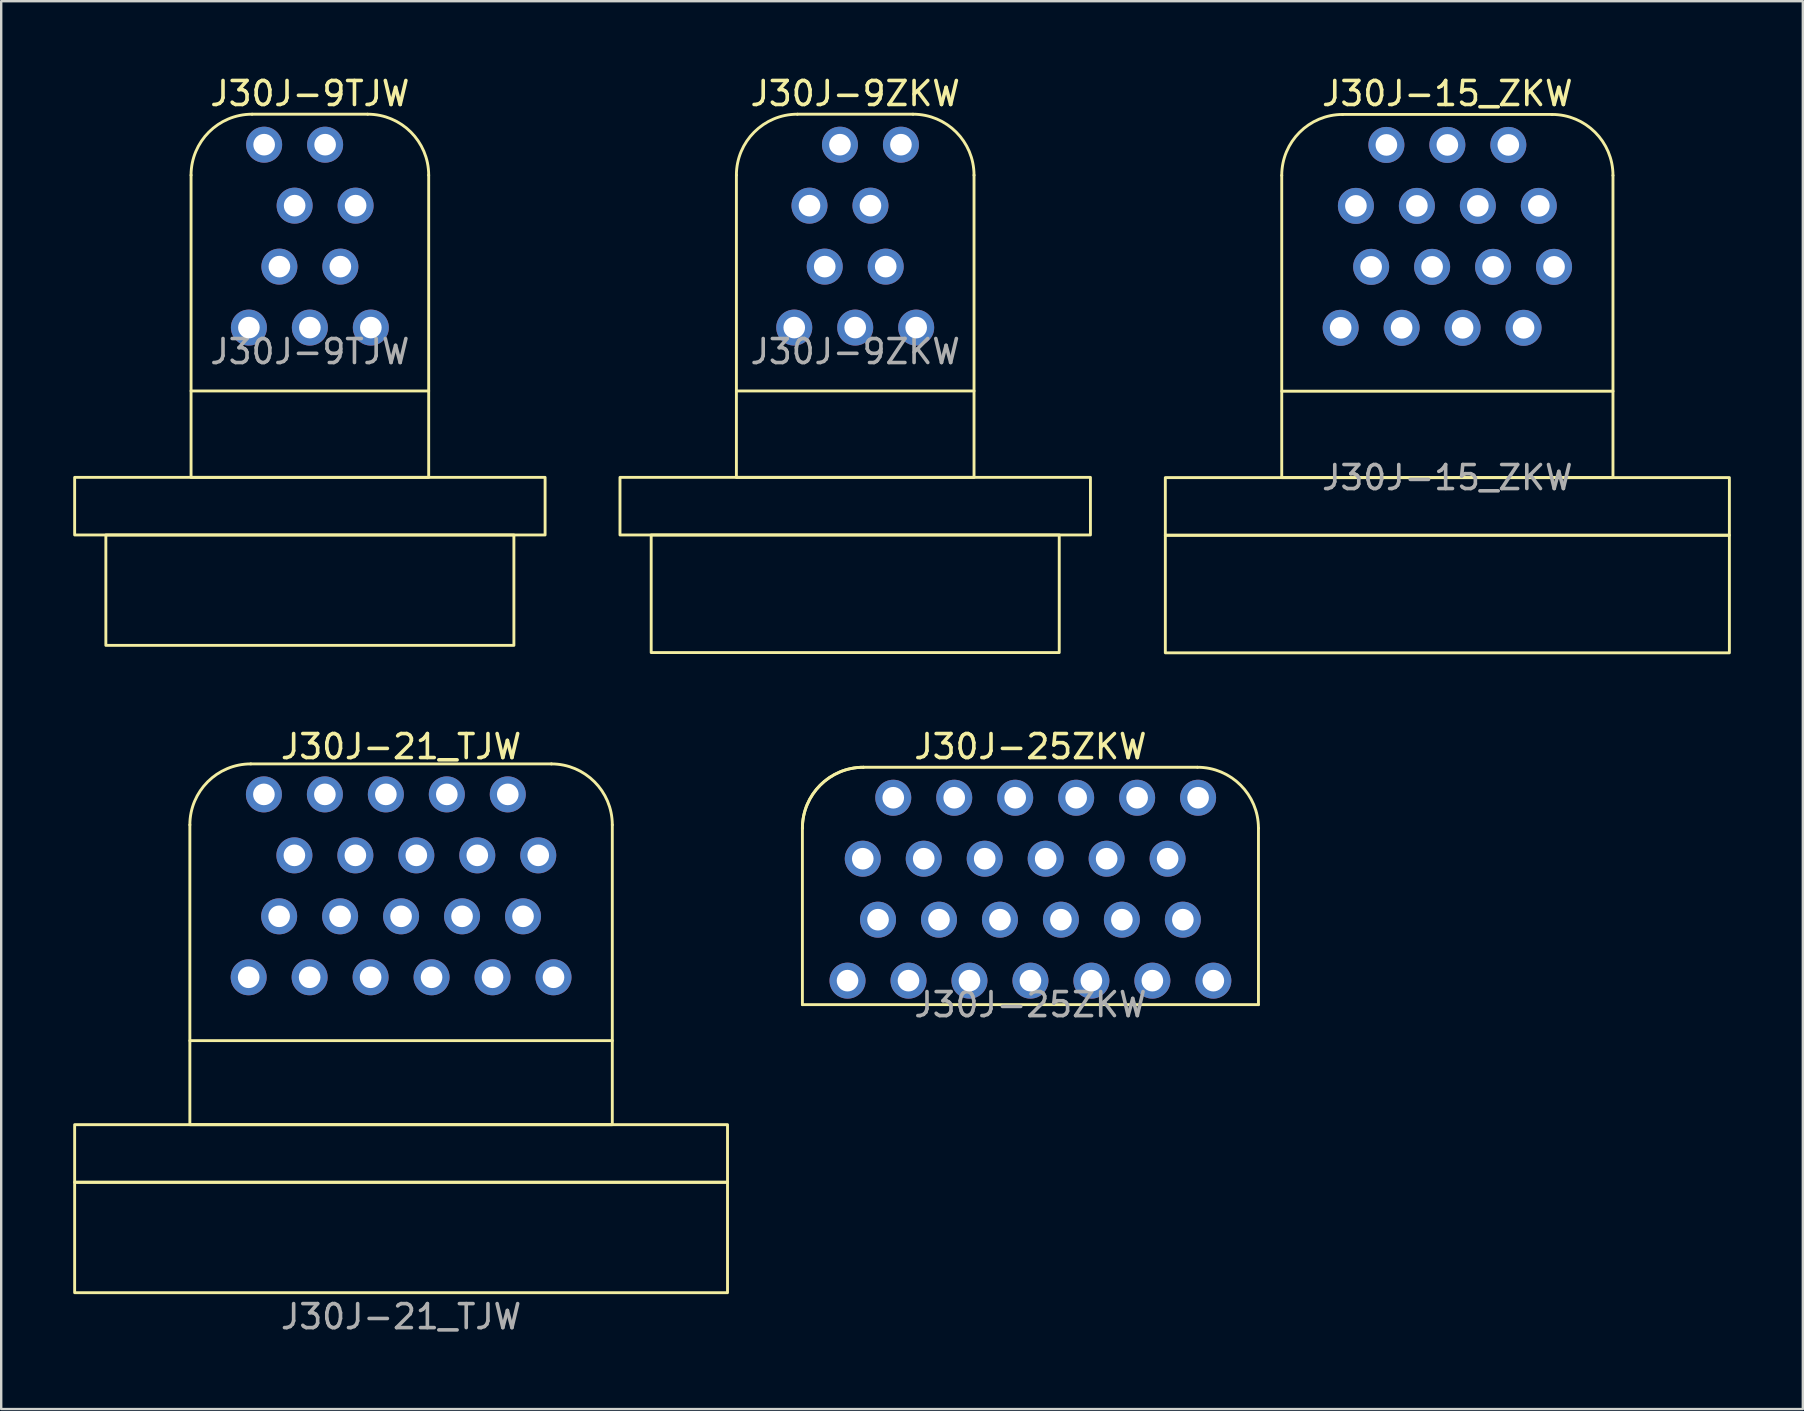
<source format=kicad_pcb>
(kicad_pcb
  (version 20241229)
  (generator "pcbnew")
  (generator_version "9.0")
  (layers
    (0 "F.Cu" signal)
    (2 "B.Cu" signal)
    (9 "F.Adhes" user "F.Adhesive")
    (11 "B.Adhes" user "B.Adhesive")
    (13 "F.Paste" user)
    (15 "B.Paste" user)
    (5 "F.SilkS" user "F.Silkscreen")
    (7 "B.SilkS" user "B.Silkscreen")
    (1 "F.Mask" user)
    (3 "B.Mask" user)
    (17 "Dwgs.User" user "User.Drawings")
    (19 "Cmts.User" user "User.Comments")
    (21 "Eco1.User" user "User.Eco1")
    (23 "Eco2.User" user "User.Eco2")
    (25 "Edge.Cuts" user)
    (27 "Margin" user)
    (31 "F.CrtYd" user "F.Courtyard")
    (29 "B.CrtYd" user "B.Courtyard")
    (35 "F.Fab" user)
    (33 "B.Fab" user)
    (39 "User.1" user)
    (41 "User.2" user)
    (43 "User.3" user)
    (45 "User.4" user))
  (footprint "J30J-15_ZKW"
    (layer "F.Cu")
    (at 57.25 16.848)
    (property "Reference" "J30J-15_ZKW" (at 0 -16 0) (unlocked yes) (layer "F.SilkS") (effects (font (size 1 1) (thickness 0.15))))
    (attr through_hole)
    (fp_line (start -6.9 -3.6) (end -6.9 -12.59) (stroke (width 0.12) (type solid)) (layer "F.SilkS"))
    (fp_line (start -4.36 -15.13) (end 4.36 -15.13) (stroke (width 0.12) (type solid)) (layer "F.SilkS"))
    (fp_line (start 6.9 -12.59) (end 6.9 -3.6) (stroke (width 0.12) (type solid)) (layer "F.SilkS"))
    (fp_rect (start -11.75 0) (end 11.75 2.4) (stroke (width 0.12) (type solid)) (fill no) (layer "F.SilkS"))
    (fp_rect (start -11.75 2.4) (end 11.75 7.3) (stroke (width 0.12) (type solid)) (fill no) (layer "F.SilkS"))
    (fp_rect (start -6.9 -3.6) (end 6.9 0) (stroke (width 0.12) (type solid)) (fill no) (layer "F.SilkS"))
    (fp_arc (start -6.9 -12.59) (mid -6.156051 -14.386051) (end -4.36 -15.13) (stroke (width 0.12) (type solid)) (layer "F.SilkS"))
    (fp_arc (start 4.36 -15.13) (mid 6.156051 -14.386051) (end 6.9 -12.59) (stroke (width 0.12) (type solid)) (layer "F.SilkS"))
    (fp_text user "${REFERENCE}" (at 0 0 0) (unlocked yes) (layer "F.Fab") (effects (font (size 1 1) (thickness 0.15))))
    (pad "1" thru_hole circle (at -4.445 -6.24) (size 1.5 1.5) (drill 0.9) (layers "*.Cu" "*.Mask") (remove_unused_layers yes) (keep_end_layers yes) (zone_layer_connections))
    (pad "2" thru_hole circle (at -3.175 -8.78) (size 1.5 1.5) (drill 0.9) (layers "*.Cu" "*.Mask") (remove_unused_layers yes) (keep_end_layers yes) (zone_layer_connections))
    (pad "3" thru_hole circle (at -1.905 -6.24) (size 1.5 1.5) (drill 0.9) (layers "*.Cu" "*.Mask") (remove_unused_layers yes) (keep_end_layers yes) (zone_layer_connections))
    (pad "4" thru_hole circle (at -0.635 -8.78) (size 1.5 1.5) (drill 0.9) (layers "*.Cu" "*.Mask") (remove_unused_layers yes) (keep_end_layers yes) (zone_layer_connections))
    (pad "5" thru_hole circle (at 0.635 -6.24) (size 1.5 1.5) (drill 0.9) (layers "*.Cu" "*.Mask") (remove_unused_layers yes) (keep_end_layers yes) (zone_layer_connections))
    (pad "6" thru_hole circle (at 1.905 -8.78) (size 1.5 1.5) (drill 0.9) (layers "*.Cu" "*.Mask") (remove_unused_layers yes) (keep_end_layers yes) (zone_layer_connections))
    (pad "7" thru_hole circle (at 3.175 -6.24) (size 1.5 1.5) (drill 0.9) (layers "*.Cu" "*.Mask") (remove_unused_layers yes) (keep_end_layers yes) (zone_layer_connections))
    (pad "8" thru_hole circle (at 4.445 -8.78) (size 1.5 1.5) (drill 0.9) (layers "*.Cu" "*.Mask") (remove_unused_layers yes) (keep_end_layers yes) (zone_layer_connections))
    (pad "9" thru_hole circle (at -3.81 -11.32) (size 1.5 1.5) (drill 0.9) (layers "*.Cu" "*.Mask") (remove_unused_layers yes) (keep_end_layers yes) (zone_layer_connections))
    (pad "10" thru_hole circle (at -2.54 -13.86) (size 1.5 1.5) (drill 0.9) (layers "*.Cu" "*.Mask") (remove_unused_layers yes) (keep_end_layers yes) (zone_layer_connections))
    (pad "11" thru_hole circle (at -1.27 -11.32) (size 1.5 1.5) (drill 0.9) (layers "*.Cu" "*.Mask") (remove_unused_layers yes) (keep_end_layers yes) (zone_layer_connections))
    (pad "12" thru_hole circle (at 0 -13.86) (size 1.5 1.5) (drill 0.9) (layers "*.Cu" "*.Mask") (remove_unused_layers yes) (keep_end_layers yes) (zone_layer_connections))
    (pad "13" thru_hole circle (at 1.27 -11.32) (size 1.5 1.5) (drill 0.9) (layers "*.Cu" "*.Mask") (remove_unused_layers yes) (keep_end_layers yes) (zone_layer_connections))
    (pad "14" thru_hole circle (at 2.54 -13.86) (size 1.5 1.5) (drill 0.9) (layers "*.Cu" "*.Mask") (remove_unused_layers yes) (keep_end_layers yes) (zone_layer_connections))
    (pad "15" thru_hole circle (at 3.81 -11.32) (size 1.5 1.5) (drill 0.9) (layers "*.Cu" "*.Mask") (remove_unused_layers yes) (keep_end_layers yes) (zone_layer_connections)))
  (footprint "J30J-9ZKW"
    (layer "F.Cu")
    (at 32.58 11.598)
    (property "Reference" "J30J-9ZKW" (at 0 -10.75 0) (unlocked yes) (layer "F.SilkS") (effects (font (size 1 1) (thickness 0.15))))
    (attr through_hole)
    (fp_line (start -4.95 1.64) (end -4.95 -7.35) (stroke (width 0.12) (type solid)) (layer "F.SilkS"))
    (fp_line (start -2.41 -9.89) (end 2.41 -9.89) (stroke (width 0.12) (type solid)) (layer "F.SilkS"))
    (fp_line (start 4.95 -7.35) (end 4.95 1.64) (stroke (width 0.12) (type solid)) (layer "F.SilkS"))
    (fp_rect (start -9.8 5.24) (end 9.8 7.64) (stroke (width 0.12) (type solid)) (fill no) (layer "F.SilkS"))
    (fp_rect (start -8.5 7.64) (end 8.5 12.54) (stroke (width 0.12) (type solid)) (fill no) (layer "F.SilkS"))
    (fp_rect (start -4.95 1.64) (end 4.95 5.24) (stroke (width 0.12) (type solid)) (fill no) (layer "F.SilkS"))
    (fp_arc (start -4.95 -7.35) (mid -4.206051 -9.146051) (end -2.41 -9.89) (stroke (width 0.12) (type solid)) (layer "F.SilkS"))
    (fp_arc (start 2.41 -9.89) (mid 4.206051 -9.146051) (end 4.95 -7.35) (stroke (width 0.12) (type solid)) (layer "F.SilkS"))
    (fp_text user "${REFERENCE}" (at 0 0 0) (unlocked yes) (layer "F.Fab") (effects (font (size 1 1) (thickness 0.15))))
    (pad "1" thru_hole circle (at -2.54 -1) (size 1.5 1.5) (drill 0.9) (layers "*.Cu" "*.Mask") (remove_unused_layers yes) (keep_end_layers yes) (zone_layer_connections))
    (pad "2" thru_hole circle (at -1.27 -3.54) (size 1.5 1.5) (drill 0.9) (layers "*.Cu" "*.Mask") (remove_unused_layers yes) (keep_end_layers yes) (zone_layer_connections))
    (pad "3" thru_hole circle (at 0 -1) (size 1.5 1.5) (drill 0.9) (layers "*.Cu" "*.Mask") (remove_unused_layers yes) (keep_end_layers yes) (zone_layer_connections))
    (pad "4" thru_hole circle (at 1.27 -3.54) (size 1.5 1.5) (drill 0.9) (layers "*.Cu" "*.Mask") (remove_unused_layers yes) (keep_end_layers yes) (zone_layer_connections))
    (pad "5" thru_hole circle (at 2.54 -1) (size 1.5 1.5) (drill 0.9) (layers "*.Cu" "*.Mask") (remove_unused_layers yes) (keep_end_layers yes) (zone_layer_connections))
    (pad "6" thru_hole circle (at -1.905 -6.08) (size 1.5 1.5) (drill 0.9) (layers "*.Cu" "*.Mask") (remove_unused_layers yes) (keep_end_layers yes) (zone_layer_connections))
    (pad "7" thru_hole circle (at -0.635 -8.62) (size 1.5 1.5) (drill 0.9) (layers "*.Cu" "*.Mask") (remove_unused_layers yes) (keep_end_layers yes) (zone_layer_connections))
    (pad "8" thru_hole circle (at 0.635 -6.08) (size 1.5 1.5) (drill 0.9) (layers "*.Cu" "*.Mask") (remove_unused_layers yes) (keep_end_layers yes) (zone_layer_connections))
    (pad "9" thru_hole circle (at 1.905 -8.62) (size 1.5 1.5) (drill 0.9) (layers "*.Cu" "*.Mask") (remove_unused_layers yes) (keep_end_layers yes) (zone_layer_connections)))
  (footprint "J30J-25ZKW"
    (layer "F.Cu")
    (at 39.88 38.806)
    (property "Reference" "J30J-25ZKW" (at 0 -10.75 0) (unlocked yes) (layer "F.SilkS") (effects (font (size 1 1) (thickness 0.15))))
    (attr through_hole)
    (fp_line (start -9.5 0) (end -9.5 -7.35) (stroke (width 0.12) (type solid)) (layer "F.SilkS"))
    (fp_line (start -6.96 -9.89) (end 6.96 -9.89) (stroke (width 0.12) (type solid)) (layer "F.SilkS"))
    (fp_line (start 9.5 -7.35) (end 9.5 0) (stroke (width 0.12) (type solid)) (layer "F.SilkS"))
    (fp_line (start 9.5 0) (end -9.5 0) (stroke (width 0.12) (type default)) (layer "F.SilkS"))
    (fp_arc (start -9.5 -7.35) (mid -8.756051 -9.146051) (end -6.96 -9.89) (stroke (width 0.12) (type solid)) (layer "F.SilkS"))
    (fp_arc (start -9.5 -7.35) (mid -8.756051 -9.146051) (end -6.96 -9.89) (stroke (width 0.12) (type solid)) (layer "F.SilkS"))
    (fp_arc (start 6.96 -9.89) (mid 8.756051 -9.146051) (end 9.5 -7.35) (stroke (width 0.12) (type solid)) (layer "F.SilkS"))
    (fp_text user "${REFERENCE}" (at 0 0 0) (unlocked yes) (layer "F.Fab") (effects (font (size 1 1) (thickness 0.15))))
    (pad "1" thru_hole circle (at -7.62 -1) (size 1.5 1.5) (drill 0.9) (layers "*.Cu" "*.Mask") (remove_unused_layers yes) (keep_end_layers yes) (zone_layer_connections))
    (pad "2" thru_hole circle (at -6.35 -3.54) (size 1.5 1.5) (drill 0.9) (layers "*.Cu" "*.Mask") (remove_unused_layers yes) (keep_end_layers yes) (zone_layer_connections))
    (pad "3" thru_hole circle (at -5.08 -1) (size 1.5 1.5) (drill 0.9) (layers "*.Cu" "*.Mask") (remove_unused_layers yes) (keep_end_layers yes) (zone_layer_connections))
    (pad "4" thru_hole circle (at -3.81 -3.54) (size 1.5 1.5) (drill 0.9) (layers "*.Cu" "*.Mask") (remove_unused_layers yes) (keep_end_layers yes) (zone_layer_connections))
    (pad "5" thru_hole circle (at -2.54 -1) (size 1.5 1.5) (drill 0.9) (layers "*.Cu" "*.Mask") (remove_unused_layers yes) (keep_end_layers yes) (zone_layer_connections))
    (pad "6" thru_hole circle (at -1.27 -3.54) (size 1.5 1.5) (drill 0.9) (layers "*.Cu" "*.Mask") (remove_unused_layers yes) (keep_end_layers yes) (zone_layer_connections))
    (pad "7" thru_hole circle (at 0 -1) (size 1.5 1.5) (drill 0.9) (layers "*.Cu" "*.Mask") (remove_unused_layers yes) (keep_end_layers yes) (zone_layer_connections))
    (pad "8" thru_hole circle (at 1.27 -3.54) (size 1.5 1.5) (drill 0.9) (layers "*.Cu" "*.Mask") (remove_unused_layers yes) (keep_end_layers yes) (zone_layer_connections))
    (pad "9" thru_hole circle (at 2.54 -1) (size 1.5 1.5) (drill 0.9) (layers "*.Cu" "*.Mask") (remove_unused_layers yes) (keep_end_layers yes) (zone_layer_connections))
    (pad "10" thru_hole circle (at 3.81 -3.54) (size 1.5 1.5) (drill 0.9) (layers "*.Cu" "*.Mask") (remove_unused_layers yes) (keep_end_layers yes) (zone_layer_connections))
    (pad "11" thru_hole circle (at 5.08 -1) (size 1.5 1.5) (drill 0.9) (layers "*.Cu" "*.Mask") (remove_unused_layers yes) (keep_end_layers yes) (zone_layer_connections))
    (pad "12" thru_hole circle (at 6.35 -3.54) (size 1.5 1.5) (drill 0.9) (layers "*.Cu" "*.Mask") (remove_unused_layers yes) (keep_end_layers yes) (zone_layer_connections))
    (pad "13" thru_hole circle (at 7.62 -1) (size 1.5 1.5) (drill 0.9) (layers "*.Cu" "*.Mask") (remove_unused_layers yes) (keep_end_layers yes) (zone_layer_connections))
    (pad "14" thru_hole circle (at -6.985 -6.08) (size 1.5 1.5) (drill 0.9) (layers "*.Cu" "*.Mask") (remove_unused_layers yes) (keep_end_layers yes) (zone_layer_connections))
    (pad "15" thru_hole circle (at -5.715 -8.62) (size 1.5 1.5) (drill 0.9) (layers "*.Cu" "*.Mask") (remove_unused_layers yes) (keep_end_layers yes) (zone_layer_connections))
    (pad "16" thru_hole circle (at -4.445 -6.08) (size 1.5 1.5) (drill 0.9) (layers "*.Cu" "*.Mask") (remove_unused_layers yes) (keep_end_layers yes) (zone_layer_connections))
    (pad "17" thru_hole circle (at -3.175 -8.62) (size 1.5 1.5) (drill 0.9) (layers "*.Cu" "*.Mask") (remove_unused_layers yes) (keep_end_layers yes) (zone_layer_connections))
    (pad "18" thru_hole circle (at -1.905 -6.08) (size 1.5 1.5) (drill 0.9) (layers "*.Cu" "*.Mask") (remove_unused_layers yes) (keep_end_layers yes) (zone_layer_connections))
    (pad "19" thru_hole circle (at -0.635 -8.62) (size 1.5 1.5) (drill 0.9) (layers "*.Cu" "*.Mask") (remove_unused_layers yes) (keep_end_layers yes) (zone_layer_connections))
    (pad "20" thru_hole circle (at 0.635 -6.08) (size 1.5 1.5) (drill 0.9) (layers "*.Cu" "*.Mask") (remove_unused_layers yes) (keep_end_layers yes) (zone_layer_connections))
    (pad "21" thru_hole circle (at 1.905 -8.62) (size 1.5 1.5) (drill 0.9) (layers "*.Cu" "*.Mask") (remove_unused_layers yes) (keep_end_layers yes) (zone_layer_connections))
    (pad "22" thru_hole circle (at 3.175 -6.08) (size 1.5 1.5) (drill 0.9) (layers "*.Cu" "*.Mask") (remove_unused_layers yes) (keep_end_layers yes) (zone_layer_connections))
    (pad "23" thru_hole circle (at 4.445 -8.62) (size 1.5 1.5) (drill 0.9) (layers "*.Cu" "*.Mask") (remove_unused_layers yes) (keep_end_layers yes) (zone_layer_connections))
    (pad "24" thru_hole circle (at 5.715 -6.08) (size 1.5 1.5) (drill 0.9) (layers "*.Cu" "*.Mask") (remove_unused_layers yes) (keep_end_layers yes) (zone_layer_connections))
    (pad "25" thru_hole circle (at 6.985 -8.62) (size 1.5 1.5) (drill 0.9) (layers "*.Cu" "*.Mask") (remove_unused_layers yes) (keep_end_layers yes) (zone_layer_connections)))
  (footprint "J30J-9TJW"
    (layer "F.Cu")
    (at 9.86 11.598)
    (property "Reference" "J30J-9TJW" (at 0 -10.75 0) (unlocked yes) (layer "F.SilkS") (effects (font (size 1 1) (thickness 0.15))))
    (attr through_hole)
    (fp_line (start -4.95 1.64) (end -4.95 -7.35) (stroke (width 0.12) (type solid)) (layer "F.SilkS"))
    (fp_line (start -2.41 -9.89) (end 2.41 -9.89) (stroke (width 0.12) (type solid)) (layer "F.SilkS"))
    (fp_line (start 4.95 -7.35) (end 4.95 1.64) (stroke (width 0.12) (type solid)) (layer "F.SilkS"))
    (fp_rect (start -9.8 5.24) (end 9.8 7.64) (stroke (width 0.12) (type solid)) (fill no) (layer "F.SilkS"))
    (fp_rect (start -8.5 7.64) (end 8.5 12.24) (stroke (width 0.12) (type solid)) (fill no) (layer "F.SilkS"))
    (fp_rect (start -4.95 1.64) (end 4.95 5.24) (stroke (width 0.12) (type solid)) (fill no) (layer "F.SilkS"))
    (fp_arc (start -4.95 -7.35) (mid -4.206051 -9.146051) (end -2.41 -9.89) (stroke (width 0.12) (type solid)) (layer "F.SilkS"))
    (fp_arc (start 2.41 -9.89) (mid 4.206051 -9.146051) (end 4.95 -7.35) (stroke (width 0.12) (type solid)) (layer "F.SilkS"))
    (fp_text user "${REFERENCE}" (at 0 0 0) (unlocked yes) (layer "F.Fab") (effects (font (size 1 1) (thickness 0.15))))
    (pad "1" thru_hole circle (at 2.54 -1) (size 1.5 1.5) (drill 0.9) (layers "*.Cu" "*.Mask") (remove_unused_layers yes) (keep_end_layers yes) (zone_layer_connections))
    (pad "2" thru_hole circle (at 1.27 -3.54) (size 1.5 1.5) (drill 0.9) (layers "*.Cu" "*.Mask") (remove_unused_layers yes) (keep_end_layers yes) (zone_layer_connections))
    (pad "3" thru_hole circle (at 0 -1) (size 1.5 1.5) (drill 0.9) (layers "*.Cu" "*.Mask") (remove_unused_layers yes) (keep_end_layers yes) (zone_layer_connections))
    (pad "4" thru_hole circle (at -1.27 -3.54) (size 1.5 1.5) (drill 0.9) (layers "*.Cu" "*.Mask") (remove_unused_layers yes) (keep_end_layers yes) (zone_layer_connections))
    (pad "5" thru_hole circle (at -2.54 -1) (size 1.5 1.5) (drill 0.9) (layers "*.Cu" "*.Mask") (remove_unused_layers yes) (keep_end_layers yes) (zone_layer_connections))
    (pad "6" thru_hole circle (at 1.905 -6.08) (size 1.5 1.5) (drill 0.9) (layers "*.Cu" "*.Mask") (remove_unused_layers yes) (keep_end_layers yes) (zone_layer_connections))
    (pad "7" thru_hole circle (at 0.635 -8.62) (size 1.5 1.5) (drill 0.9) (layers "*.Cu" "*.Mask") (remove_unused_layers yes) (keep_end_layers yes) (zone_layer_connections))
    (pad "8" thru_hole circle (at -0.635 -6.08) (size 1.5 1.5) (drill 0.9) (layers "*.Cu" "*.Mask") (remove_unused_layers yes) (keep_end_layers yes) (zone_layer_connections))
    (pad "9" thru_hole circle (at -1.905 -8.62) (size 1.5 1.5) (drill 0.9) (layers "*.Cu" "*.Mask") (remove_unused_layers yes) (keep_end_layers yes) (zone_layer_connections)))
  (footprint "J30J-21_TJW"
    (layer "F.Cu")
    (at 13.66 43.806)
    (property "Reference" "J30J-21_TJW" (at 0 -15.75 0) (unlocked yes) (layer "F.SilkS") (effects (font (size 1 1) (thickness 0.15))))
    (attr through_hole)
    (fp_line (start -8.8 -3.5) (end -8.8 -12.49) (stroke (width 0.12) (type solid)) (layer "F.SilkS"))
    (fp_line (start -6.26 -15.03) (end 6.26 -15.03) (stroke (width 0.12) (type solid)) (layer "F.SilkS"))
    (fp_line (start 8.8 -12.49) (end 8.8 -3.5) (stroke (width 0.12) (type solid)) (layer "F.SilkS"))
    (fp_rect (start -13.6 0) (end 13.6 2.4) (stroke (width 0.12) (type solid)) (fill no) (layer "F.SilkS"))
    (fp_rect (start -13.6 2.4) (end 13.6 7) (stroke (width 0.12) (type solid)) (fill no) (layer "F.SilkS"))
    (fp_rect (start -8.8 -3.5) (end 8.8 0) (stroke (width 0.12) (type solid)) (fill no) (layer "F.SilkS"))
    (fp_arc (start -8.8 -12.49) (mid -8.056051 -14.286051) (end -6.26 -15.03) (stroke (width 0.12) (type solid)) (layer "F.SilkS"))
    (fp_arc (start 6.26 -15.03) (mid 8.056051 -14.286051) (end 8.8 -12.49) (stroke (width 0.12) (type solid)) (layer "F.SilkS"))
    (fp_text user "${REFERENCE}" (at 0 8 0) (unlocked yes) (layer "F.Fab") (effects (font (size 1 1) (thickness 0.15))))
    (pad "1" thru_hole circle (at 6.35 -6.14) (size 1.5 1.5) (drill 0.9) (layers "*.Cu" "*.Mask") (remove_unused_layers yes) (keep_end_layers yes) (zone_layer_connections))
    (pad "2" thru_hole circle (at 5.08 -8.68) (size 1.5 1.5) (drill 0.9) (layers "*.Cu" "*.Mask") (remove_unused_layers yes) (keep_end_layers yes) (zone_layer_connections))
    (pad "3" thru_hole circle (at 3.81 -6.14) (size 1.5 1.5) (drill 0.9) (layers "*.Cu" "*.Mask") (remove_unused_layers yes) (keep_end_layers yes) (zone_layer_connections))
    (pad "4" thru_hole circle (at 2.54 -8.68) (size 1.5 1.5) (drill 0.9) (layers "*.Cu" "*.Mask") (remove_unused_layers yes) (keep_end_layers yes) (zone_layer_connections))
    (pad "5" thru_hole circle (at 1.27 -6.14) (size 1.5 1.5) (drill 0.9) (layers "*.Cu" "*.Mask") (remove_unused_layers yes) (keep_end_layers yes) (zone_layer_connections))
    (pad "6" thru_hole circle (at 0 -8.68) (size 1.5 1.5) (drill 0.9) (layers "*.Cu" "*.Mask") (remove_unused_layers yes) (keep_end_layers yes) (zone_layer_connections))
    (pad "7" thru_hole circle (at -1.27 -6.14) (size 1.5 1.5) (drill 0.9) (layers "*.Cu" "*.Mask") (remove_unused_layers yes) (keep_end_layers yes) (zone_layer_connections))
    (pad "8" thru_hole circle (at -2.54 -8.68) (size 1.5 1.5) (drill 0.9) (layers "*.Cu" "*.Mask") (remove_unused_layers yes) (keep_end_layers yes) (zone_layer_connections))
    (pad "9" thru_hole circle (at -3.81 -6.14) (size 1.5 1.5) (drill 0.9) (layers "*.Cu" "*.Mask") (remove_unused_layers yes) (keep_end_layers yes) (zone_layer_connections))
    (pad "10" thru_hole circle (at -5.08 -8.68) (size 1.5 1.5) (drill 0.9) (layers "*.Cu" "*.Mask") (remove_unused_layers yes) (keep_end_layers yes) (zone_layer_connections))
    (pad "11" thru_hole circle (at -6.35 -6.14) (size 1.5 1.5) (drill 0.9) (layers "*.Cu" "*.Mask") (remove_unused_layers yes) (keep_end_layers yes) (zone_layer_connections))
    (pad "12" thru_hole circle (at 5.715 -11.22) (size 1.5 1.5) (drill 0.9) (layers "*.Cu" "*.Mask") (remove_unused_layers yes) (keep_end_layers yes) (zone_layer_connections))
    (pad "13" thru_hole circle (at 4.445 -13.76) (size 1.5 1.5) (drill 0.9) (layers "*.Cu" "*.Mask") (remove_unused_layers yes) (keep_end_layers yes) (zone_layer_connections))
    (pad "14" thru_hole circle (at 3.175 -11.22) (size 1.5 1.5) (drill 0.9) (layers "*.Cu" "*.Mask") (remove_unused_layers yes) (keep_end_layers yes) (zone_layer_connections))
    (pad "15" thru_hole circle (at 1.905 -13.76) (size 1.5 1.5) (drill 0.9) (layers "*.Cu" "*.Mask") (remove_unused_layers yes) (keep_end_layers yes) (zone_layer_connections))
    (pad "16" thru_hole circle (at 0.635 -11.22) (size 1.5 1.5) (drill 0.9) (layers "*.Cu" "*.Mask") (remove_unused_layers yes) (keep_end_layers yes) (zone_layer_connections))
    (pad "17" thru_hole circle (at -0.635 -13.76) (size 1.5 1.5) (drill 0.9) (layers "*.Cu" "*.Mask") (remove_unused_layers yes) (keep_end_layers yes) (zone_layer_connections))
    (pad "18" thru_hole circle (at -1.905 -11.22) (size 1.5 1.5) (drill 0.9) (layers "*.Cu" "*.Mask") (remove_unused_layers yes) (keep_end_layers yes) (zone_layer_connections))
    (pad "19" thru_hole circle (at -3.175 -13.76) (size 1.5 1.5) (drill 0.9) (layers "*.Cu" "*.Mask") (remove_unused_layers yes) (keep_end_layers yes) (zone_layer_connections))
    (pad "20" thru_hole circle (at -4.445 -11.22) (size 1.5 1.5) (drill 0.9) (layers "*.Cu" "*.Mask") (remove_unused_layers yes) (keep_end_layers yes) (zone_layer_connections))
    (pad "21" thru_hole circle (at -5.715 -13.76) (size 1.5 1.5) (drill 0.9) (layers "*.Cu" "*.Mask") (remove_unused_layers yes) (keep_end_layers yes) (zone_layer_connections)))
  (gr_rect
    (start -3 -3)
    (end 72.06 55.655)
    (stroke (width 0.1) (type default))
    (fill no)
    (layer "Edge.Cuts")))
</source>
